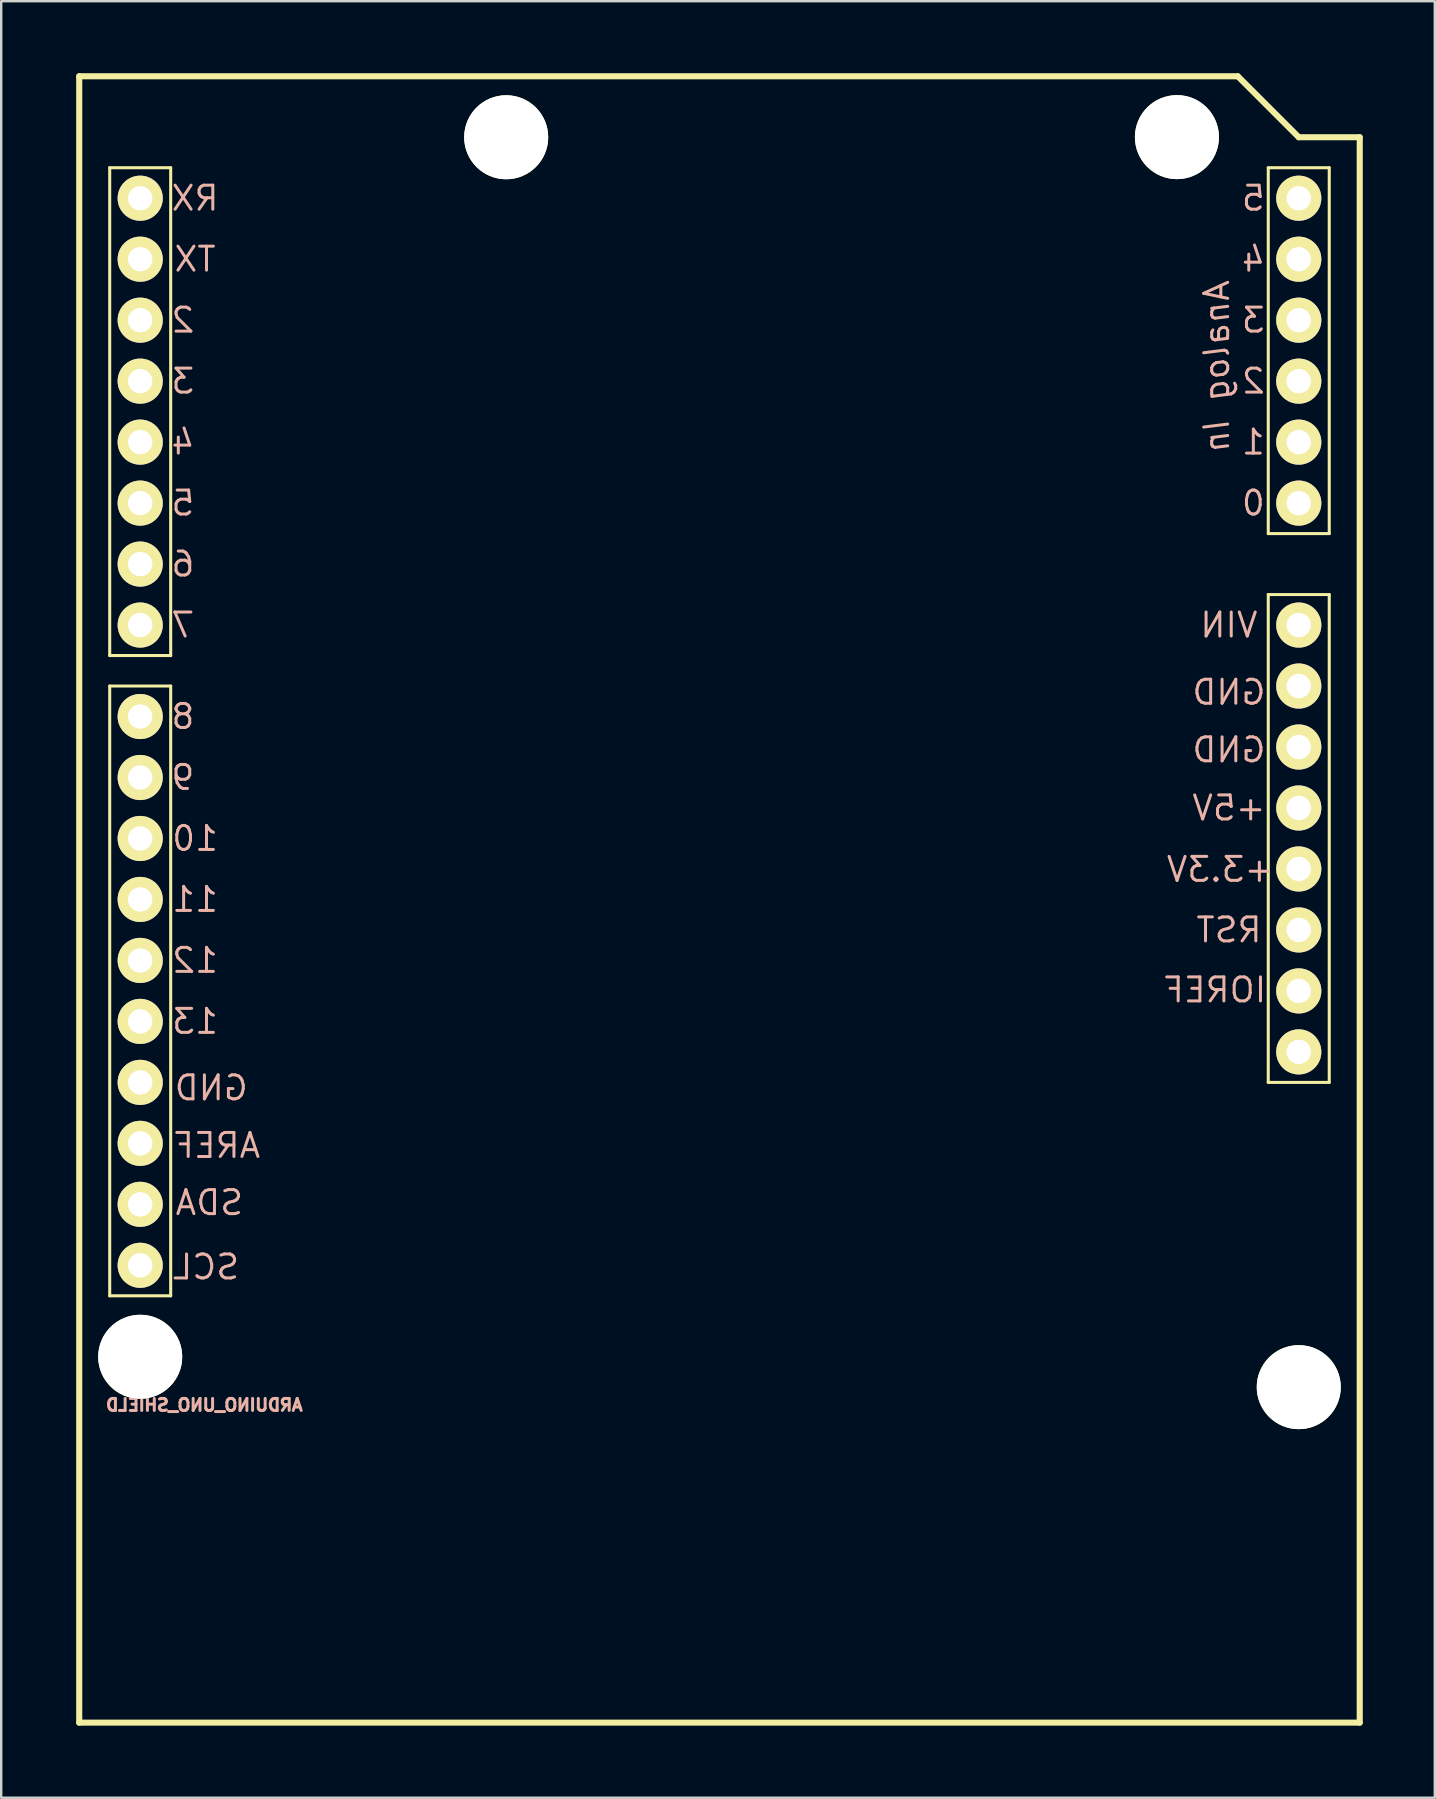
<source format=kicad_pcb>
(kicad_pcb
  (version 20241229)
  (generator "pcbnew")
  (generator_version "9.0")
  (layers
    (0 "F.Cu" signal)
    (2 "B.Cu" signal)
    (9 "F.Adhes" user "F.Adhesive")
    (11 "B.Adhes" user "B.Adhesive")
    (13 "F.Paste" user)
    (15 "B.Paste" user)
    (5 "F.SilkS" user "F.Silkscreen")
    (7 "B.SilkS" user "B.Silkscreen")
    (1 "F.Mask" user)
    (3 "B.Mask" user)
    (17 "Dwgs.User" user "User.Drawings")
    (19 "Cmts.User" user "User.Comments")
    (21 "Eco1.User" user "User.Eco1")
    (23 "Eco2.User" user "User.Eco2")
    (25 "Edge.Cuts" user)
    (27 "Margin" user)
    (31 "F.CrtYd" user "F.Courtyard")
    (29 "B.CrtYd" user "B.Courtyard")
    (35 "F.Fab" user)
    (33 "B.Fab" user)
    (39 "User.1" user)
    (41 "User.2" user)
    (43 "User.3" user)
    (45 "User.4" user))
  (footprint "ARDUINO_UNO_SHIELD"
    (layer "F.Cu")
    (at 0.25 59.817)
    (property "Reference" "ARDUINO_UNO_SHIELD" (at 5.21 -4.34 0) (layer "B.SilkS") (effects (font (size 0.5 0.5) (thickness 0.125)) (justify mirror)))
    (attr exclude_from_pos_files exclude_from_bom)
    (fp_line (start 0 -59.69) (end 0 8.89) (stroke (width 0.254) (type solid)) (layer "F.SilkS"))
    (fp_line (start 0 8.89) (end 53.34 8.89) (stroke (width 0.254) (type solid)) (layer "F.SilkS"))
    (fp_line (start 0.889 -6.35) (end 4.191 -6.35) (stroke (width 0.127) (type solid)) (layer "F.SilkS"))
    (fp_line (start 1.27 -55.88) (end 3.81 -55.88) (stroke (width 0.127) (type solid)) (layer "F.SilkS"))
    (fp_line (start 1.27 -35.56) (end 1.27 -55.88) (stroke (width 0.127) (type solid)) (layer "F.SilkS"))
    (fp_line (start 1.27 -34.29) (end 3.81 -34.29) (stroke (width 0.127) (type solid)) (layer "F.SilkS"))
    (fp_line (start 1.27 -8.89) (end 1.27 -34.29) (stroke (width 0.127) (type solid)) (layer "F.SilkS"))
    (fp_line (start 2.54 -4.699) (end 2.54 -8.001) (stroke (width 0.127) (type solid)) (layer "F.SilkS"))
    (fp_line (start 3.81 -55.88) (end 3.81 -35.56) (stroke (width 0.127) (type solid)) (layer "F.SilkS"))
    (fp_line (start 3.81 -35.56) (end 1.27 -35.56) (stroke (width 0.127) (type solid)) (layer "F.SilkS"))
    (fp_line (start 3.81 -34.29) (end 3.81 -8.89) (stroke (width 0.127) (type solid)) (layer "F.SilkS"))
    (fp_line (start 3.81 -8.89) (end 1.27 -8.89) (stroke (width 0.127) (type solid)) (layer "F.SilkS"))
    (fp_line (start 16.139 -57.15) (end 19.441 -57.15) (stroke (width 0.127) (type solid)) (layer "F.SilkS"))
    (fp_line (start 17.79 -55.499) (end 17.79 -58.801) (stroke (width 0.127) (type solid)) (layer "F.SilkS"))
    (fp_line (start 44.069 -57.15) (end 47.371 -57.15) (stroke (width 0.127) (type solid)) (layer "F.SilkS"))
    (fp_line (start 45.72 -55.499) (end 45.72 -58.801) (stroke (width 0.127) (type solid)) (layer "F.SilkS"))
    (fp_line (start 48.26 -59.69) (end 0 -59.69) (stroke (width 0.254) (type solid)) (layer "F.SilkS"))
    (fp_line (start 49.159 -5.08) (end 52.461 -5.08) (stroke (width 0.127) (type solid)) (layer "F.SilkS"))
    (fp_line (start 49.53 -55.88) (end 52.07 -55.88) (stroke (width 0.127) (type solid)) (layer "F.SilkS"))
    (fp_line (start 49.53 -40.64) (end 49.53 -55.88) (stroke (width 0.127) (type solid)) (layer "F.SilkS"))
    (fp_line (start 49.53 -38.1) (end 49.53 -17.78) (stroke (width 0.127) (type solid)) (layer "F.SilkS"))
    (fp_line (start 49.53 -17.78) (end 52.07 -17.78) (stroke (width 0.127) (type solid)) (layer "F.SilkS"))
    (fp_line (start 50.8 -57.15) (end 48.26 -59.69) (stroke (width 0.254) (type solid)) (layer "F.SilkS"))
    (fp_line (start 50.81 -3.429) (end 50.81 -6.731) (stroke (width 0.127) (type solid)) (layer "F.SilkS"))
    (fp_line (start 52.07 -55.88) (end 52.07 -40.64) (stroke (width 0.127) (type solid)) (layer "F.SilkS"))
    (fp_line (start 52.07 -40.64) (end 49.53 -40.64) (stroke (width 0.127) (type solid)) (layer "F.SilkS"))
    (fp_line (start 52.07 -38.1) (end 49.53 -38.1) (stroke (width 0.127) (type solid)) (layer "F.SilkS"))
    (fp_line (start 52.07 -17.78) (end 52.07 -38.1) (stroke (width 0.127) (type solid)) (layer "F.SilkS"))
    (fp_line (start 53.34 -57.15) (end 50.8 -57.15) (stroke (width 0.254) (type solid)) (layer "F.SilkS"))
    (fp_line (start 53.34 8.89) (end 53.34 -57.15) (stroke (width 0.254) (type solid)) (layer "F.SilkS"))
    (fp_circle (center 2.54 -6.35) (end 3.365 -7.176) (stroke (width 0.127) (type solid)) (fill no) (layer "F.SilkS"))
    (fp_circle (center 2.54 -6.35) (end 3.493 -7.303) (stroke (width 0.064) (type solid)) (fill no) (layer "F.SilkS"))
    (fp_circle (center 2.54 -6.35) (end 3.493 -7.303) (stroke (width 0.064) (type solid)) (fill no) (layer "F.SilkS"))
    (fp_circle (center 17.79 -57.15) (end 18.616 -57.975) (stroke (width 0.127) (type solid)) (fill no) (layer "F.SilkS"))
    (fp_circle (center 17.79 -57.15) (end 18.742 -58.102) (stroke (width 0.064) (type solid)) (fill no) (layer "F.SilkS"))
    (fp_circle (center 17.79 -57.15) (end 18.742 -58.102) (stroke (width 0.064) (type solid)) (fill no) (layer "F.SilkS"))
    (fp_circle (center 45.72 -57.15) (end 46.545 -57.975) (stroke (width 0.127) (type solid)) (fill no) (layer "F.SilkS"))
    (fp_circle (center 45.72 -57.15) (end 46.672 -58.102) (stroke (width 0.064) (type solid)) (fill no) (layer "F.SilkS"))
    (fp_circle (center 45.72 -57.15) (end 46.672 -58.102) (stroke (width 0.064) (type solid)) (fill no) (layer "F.SilkS"))
    (fp_circle (center 50.81 -5.08) (end 51.636 -5.905) (stroke (width 0.127) (type solid)) (fill no) (layer "F.SilkS"))
    (fp_circle (center 50.81 -5.08) (end 51.763 -6.032) (stroke (width 0.064) (type solid)) (fill no) (layer "F.SilkS"))
    (fp_circle (center 50.81 -5.08) (end 51.763 -6.032) (stroke (width 0.064) (type solid)) (fill no) (layer "F.SilkS"))
    (fp_text user "9" (at 4.318 -30.48 0) (layer "B.SilkS") (effects (font (size 1 1) (thickness 0.125)) (justify mirror)))
    (fp_text user "SDA" (at 5.42 -12.77 0) (layer "B.SilkS") (effects (font (size 1 1) (thickness 0.125)) (justify mirror)))
    (fp_text user "RST" (at 47.892 -24.13 0) (layer "B.SilkS") (effects (font (size 1 1) (thickness 0.125)) (justify mirror)))
    (fp_text user "SCL" (at 5.28 -10.09 0) (layer "B.SilkS") (effects (font (size 1 1) (thickness 0.125)) (justify mirror)))
    (fp_text user "GND" (at 5.5 -17.55 0) (layer "B.SilkS") (effects (font (size 1 1) (thickness 0.125)) (justify mirror)))
    (fp_text user "" (at 48.072 -19.13 0) (layer "B.SilkS") (effects (font (size 1 1) (thickness 0.125)) (justify mirror)))
    (fp_text user "13" (at 4.826 -20.32 0) (layer "B.SilkS") (effects (font (size 1 1) (thickness 0.125)) (justify mirror)))
    (fp_text user "12" (at 4.826 -22.86 0) (layer "B.SilkS") (effects (font (size 1 1) (thickness 0.125)) (justify mirror)))
    (fp_text user "11" (at 4.826 -25.4 0) (layer "B.SilkS") (effects (font (size 1 1) (thickness 0.125)) (justify mirror)))
    (fp_text user "4" (at 4.318 -44.45 0) (layer "B.SilkS") (effects (font (size 1 1) (thickness 0.125)) (justify mirror)))
    (fp_text user "1" (at 48.908 -44.45 0) (layer "B.SilkS") (effects (font (size 1 1) (thickness 0.125)) (justify mirror)))
    (fp_text user "3" (at 48.908 -49.53 0) (layer "B.SilkS") (effects (font (size 1 1) (thickness 0.125)) (justify mirror)))
    (fp_text user "Analog In" (at 47.384 -47.625 90) (layer "B.SilkS") (effects (font (size 1 1) (thickness 0.125) (italic yes)) (justify mirror)))
    (fp_text user "7" (at 4.318 -36.83 0) (layer "B.SilkS") (effects (font (size 1 1) (thickness 0.125)) (justify mirror)))
    (fp_text user "AREF" (at 5.73 -15.15 0) (layer "B.SilkS") (effects (font (size 1 1) (thickness 0.125)) (justify mirror)))
    (fp_text user "0" (at 48.908 -41.91 0) (layer "B.SilkS") (effects (font (size 1 1) (thickness 0.125)) (justify mirror)))
    (fp_text user "2" (at 48.908 -46.99 0) (layer "B.SilkS") (effects (font (size 1 1) (thickness 0.125)) (justify mirror)))
    (fp_text user "TX" (at 4.826 -52.07 0) (layer "B.SilkS") (effects (font (size 1 1) (thickness 0.125)) (justify mirror)))
    (fp_text user "IOREF" (at 47.3 -21.63 0) (layer "B.SilkS") (effects (font (size 1 1) (thickness 0.125)) (justify mirror)))
    (fp_text user "5" (at 48.908 -54.61 0) (layer "B.SilkS") (effects (font (size 1 1) (thickness 0.125)) (justify mirror)))
    (fp_text user "3" (at 4.318 -46.99 0) (layer "B.SilkS") (effects (font (size 1 1) (thickness 0.125)) (justify mirror)))
    (fp_text user "GND" (at 47.892 -34.03 0) (layer "B.SilkS") (effects (font (size 1 1) (thickness 0.125)) (justify mirror)))
    (fp_text user "10" (at 4.826 -27.94 0) (layer "B.SilkS") (effects (font (size 1 1) (thickness 0.125)) (justify mirror)))
    (fp_text user "GND" (at 47.892 -31.63 0) (layer "B.SilkS") (effects (font (size 1 1) (thickness 0.125)) (justify mirror)))
    (fp_text user "+3.3V" (at 47.54 -26.65 0) (layer "B.SilkS") (effects (font (size 1 1) (thickness 0.125)) (justify mirror)))
    (fp_text user "5" (at 4.318 -41.91 0) (layer "B.SilkS") (effects (font (size 1 1) (thickness 0.125)) (justify mirror)))
    (fp_text user "2" (at 4.318 -49.53 0) (layer "B.SilkS") (effects (font (size 1 1) (thickness 0.125)) (justify mirror)))
    (fp_text user "VIN" (at 47.892 -36.83 0) (layer "B.SilkS") (effects (font (size 1 1) (thickness 0.125)) (justify mirror)))
    (fp_text user "6" (at 4.318 -39.37 0) (layer "B.SilkS") (effects (font (size 1 1) (thickness 0.125)) (justify mirror)))
    (fp_text user "+5V" (at 47.892 -29.21 0) (layer "B.SilkS") (effects (font (size 1 1) (thickness 0.125)) (justify mirror)))
    (fp_text user "8" (at 4.318 -33.02 0) (layer "B.SilkS") (effects (font (size 1 1) (thickness 0.125)) (justify mirror)))
    (fp_text user "4" (at 48.908 -52.07 0) (layer "B.SilkS") (effects (font (size 1 1) (thickness 0.125)) (justify mirror)))
    (fp_text user "RX" (at 4.826 -54.61 0) (layer "B.SilkS") (effects (font (size 1 1) (thickness 0.125)) (justify mirror)))
    (pad "" np_thru_hole circle (at 2.54 -6.35) (size 3.5 3.5) (drill 3.5) (layers "*.Cu" "*.Mask" "F.SilkS"))
    (pad "" np_thru_hole circle (at 17.785 -57.15) (size 3.5 3.5) (drill 3.5) (layers "*.Cu" "*.Mask" "F.SilkS"))
    (pad "" np_thru_hole circle (at 45.725 -57.155) (size 3.5 3.5) (drill 3.5) (layers "*.Cu" "*.Mask" "F.SilkS"))
    (pad "" np_thru_hole circle (at 50.8 -5.085) (size 3.5 3.5) (drill 3.5) (layers "*.Cu" "*.Mask" "F.SilkS"))
    (pad "3.3V" thru_hole circle (at 50.8 -26.67) (size 1.88 1.88) (drill 1.016) (layers "*.Cu" "*.Mask" "F.SilkS" "F.Paste"))
    (pad "5V" thru_hole circle (at 50.8 -29.21) (size 1.88 1.88) (drill 1.016) (layers "*.Cu" "*.Mask" "F.SilkS" "F.Paste"))
    (pad "A0" thru_hole circle (at 50.8 -41.91) (size 1.88 1.88) (drill 1.016) (layers "*.Cu" "*.Mask" "F.SilkS" "F.Paste"))
    (pad "A1" thru_hole circle (at 50.8 -44.45) (size 1.88 1.88) (drill 1.016) (layers "*.Cu" "*.Mask" "F.SilkS" "F.Paste"))
    (pad "A2" thru_hole circle (at 50.8 -46.99) (size 1.88 1.88) (drill 1.016) (layers "*.Cu" "*.Mask" "F.SilkS" "F.Paste"))
    (pad "A3" thru_hole circle (at 50.8 -49.53) (size 1.88 1.88) (drill 1.016) (layers "*.Cu" "*.Mask" "F.SilkS" "F.Paste"))
    (pad "A4" thru_hole circle (at 50.8 -52.07) (size 1.88 1.88) (drill 1.016) (layers "*.Cu" "*.Mask" "F.SilkS" "F.Paste"))
    (pad "A5" thru_hole circle (at 50.8 -54.61) (size 1.88 1.88) (drill 1.016) (layers "*.Cu" "*.Mask" "F.SilkS" "F.Paste"))
    (pad "AREF" thru_hole circle (at 2.54 -15.24) (size 1.88 1.88) (drill 1.016) (layers "*.Cu" "*.Mask" "F.SilkS" "F.Paste"))
    (pad "D2" thru_hole circle (at 2.54 -49.53) (size 1.88 1.88) (drill 1.016) (layers "*.Cu" "*.Mask" "F.SilkS" "F.Paste"))
    (pad "D3" thru_hole circle (at 2.54 -46.99) (size 1.88 1.88) (drill 1.016) (layers "*.Cu" "*.Mask" "F.SilkS" "F.Paste"))
    (pad "D4" thru_hole circle (at 2.54 -44.45) (size 1.88 1.88) (drill 1.016) (layers "*.Cu" "*.Mask" "F.SilkS" "F.Paste"))
    (pad "D5" thru_hole circle (at 2.54 -41.91) (size 1.88 1.88) (drill 1.016) (layers "*.Cu" "*.Mask" "F.SilkS" "F.Paste"))
    (pad "D6" thru_hole circle (at 2.54 -39.37) (size 1.88 1.88) (drill 1.016) (layers "*.Cu" "*.Mask" "F.SilkS" "F.Paste"))
    (pad "D7" thru_hole circle (at 2.54 -36.83) (size 1.88 1.88) (drill 1.016) (layers "*.Cu" "*.Mask" "F.SilkS" "F.Paste"))
    (pad "D8" thru_hole circle (at 2.54 -33.02) (size 1.88 1.88) (drill 1.016) (layers "*.Cu" "*.Mask" "F.SilkS" "F.Paste"))
    (pad "D9" thru_hole circle (at 2.54 -30.48) (size 1.88 1.88) (drill 1.016) (layers "*.Cu" "*.Mask" "F.SilkS" "F.Paste"))
    (pad "D10" thru_hole circle (at 2.54 -27.94) (size 1.88 1.88) (drill 1.016) (layers "*.Cu" "*.Mask" "F.SilkS" "F.Paste"))
    (pad "D11" thru_hole circle (at 2.54 -25.4) (size 1.88 1.88) (drill 1.016) (layers "*.Cu" "*.Mask" "F.SilkS" "F.Paste"))
    (pad "D12" thru_hole circle (at 2.54 -22.86) (size 1.88 1.88) (drill 1.016) (layers "*.Cu" "*.Mask" "F.SilkS" "F.Paste"))
    (pad "D13" thru_hole circle (at 2.54 -20.32) (size 1.88 1.88) (drill 1.016) (layers "*.Cu" "*.Mask" "F.SilkS" "F.Paste"))
    (pad "GD1" thru_hole circle (at 2.54 -17.78) (size 1.88 1.88) (drill 1.016) (layers "*.Cu" "*.Mask" "F.SilkS" "F.Paste"))
    (pad "GP1" thru_hole circle (at 50.8 -34.29) (size 1.88 1.88) (drill 1.016) (layers "*.Cu" "*.Mask" "F.SilkS" "F.Paste"))
    (pad "GP2" thru_hole circle (at 50.8 -31.75) (size 1.88 1.88) (drill 1.016) (layers "*.Cu" "*.Mask" "F.SilkS" "F.Paste"))
    (pad "IORE" thru_hole circle (at 50.8 -21.59) (size 1.88 1.88) (drill 1.016) (layers "*.Cu" "*.Mask" "F.SilkS" "F.Paste"))
    (pad "NC" thru_hole circle (at 50.8 -19.05) (size 1.88 1.88) (drill 1.016) (layers "*.Cu" "*.Mask" "F.SilkS" "F.Paste"))
    (pad "RES" thru_hole circle (at 50.8 -24.13) (size 1.88 1.88) (drill 1.016) (layers "*.Cu" "*.Mask" "F.SilkS" "F.Paste"))
    (pad "RX" thru_hole circle (at 2.54 -54.61) (size 1.88 1.88) (drill 1.016) (layers "*.Cu" "*.Mask" "F.SilkS" "F.Paste"))
    (pad "SCL" thru_hole circle (at 2.54 -10.16) (size 1.88 1.88) (drill 1.016) (layers "*.Cu" "*.Mask" "F.SilkS" "F.Paste"))
    (pad "SDA" thru_hole circle (at 2.54 -12.7) (size 1.88 1.88) (drill 1.016) (layers "*.Cu" "*.Mask" "F.SilkS" "F.Paste"))
    (pad "TX" thru_hole circle (at 2.54 -52.07) (size 1.88 1.88) (drill 1.016) (layers "*.Cu" "*.Mask" "F.SilkS" "F.Paste"))
    (pad "VIN" thru_hole circle (at 50.8 -36.83) (size 1.88 1.88) (drill 1.016) (layers "*.Cu" "*.Mask" "F.SilkS" "F.Paste")))
  (gr_rect
    (start -3 -3)
    (end 56.717 71.834)
    (stroke (width 0.1) (type default))
    (fill no)
    (layer "Edge.Cuts")))
</source>
